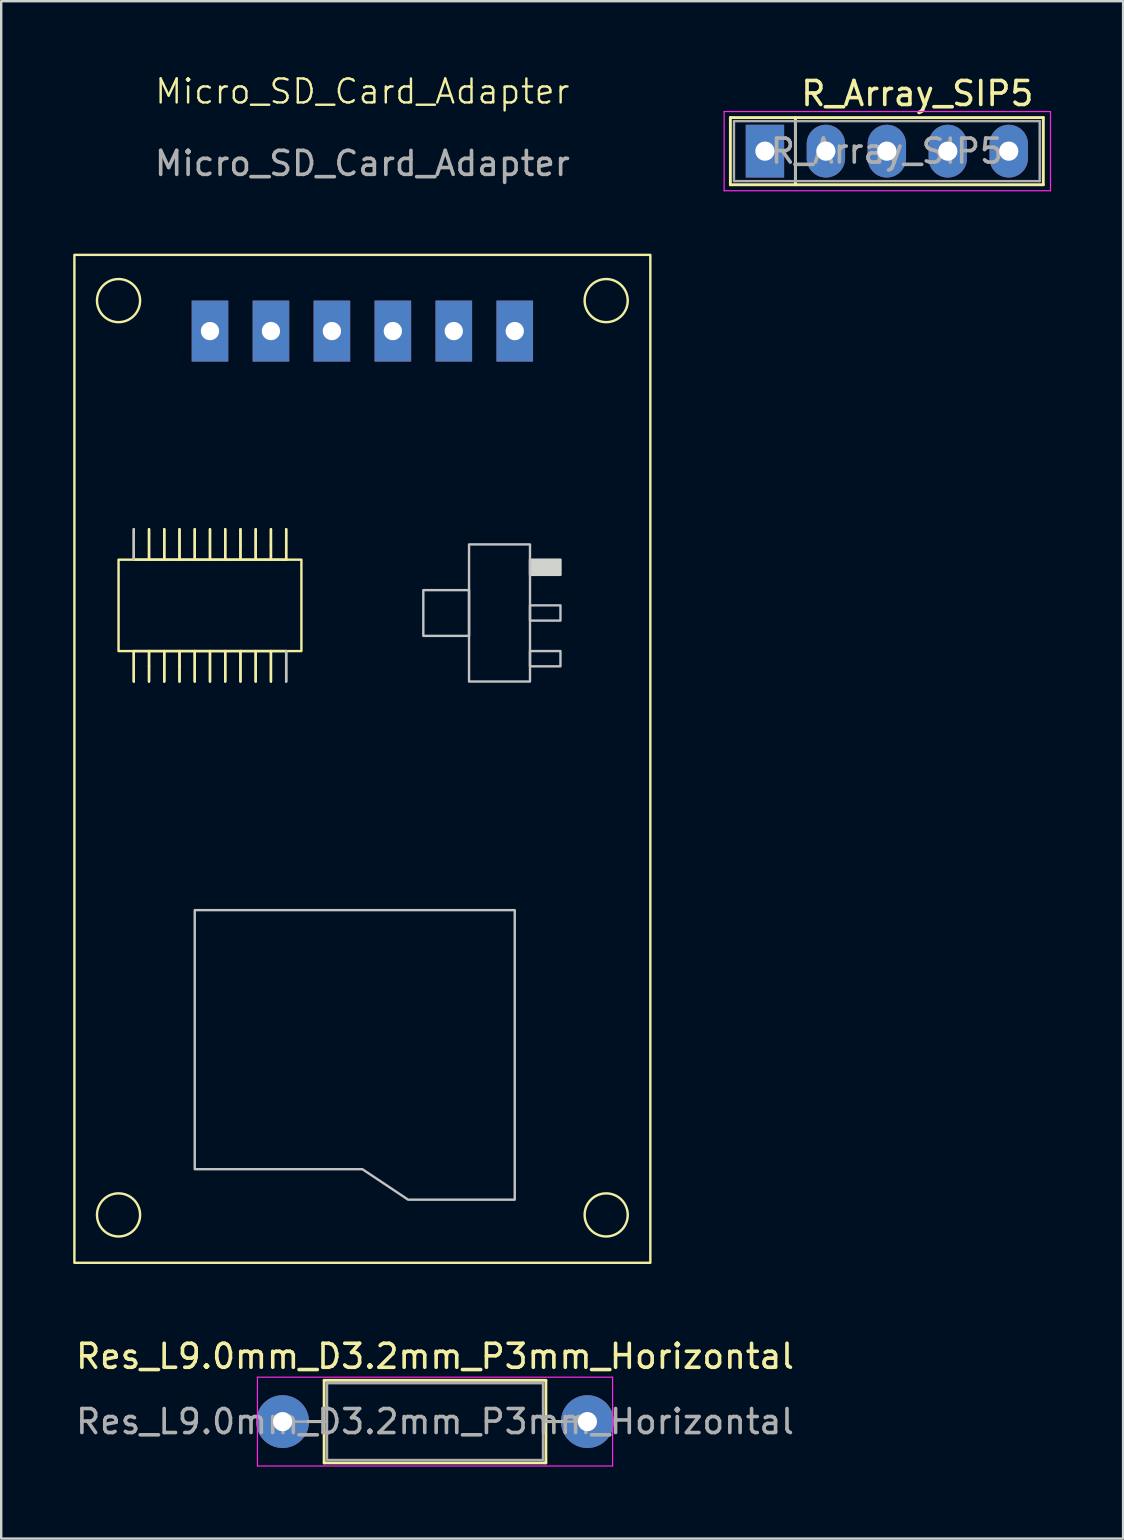
<source format=kicad_pcb>
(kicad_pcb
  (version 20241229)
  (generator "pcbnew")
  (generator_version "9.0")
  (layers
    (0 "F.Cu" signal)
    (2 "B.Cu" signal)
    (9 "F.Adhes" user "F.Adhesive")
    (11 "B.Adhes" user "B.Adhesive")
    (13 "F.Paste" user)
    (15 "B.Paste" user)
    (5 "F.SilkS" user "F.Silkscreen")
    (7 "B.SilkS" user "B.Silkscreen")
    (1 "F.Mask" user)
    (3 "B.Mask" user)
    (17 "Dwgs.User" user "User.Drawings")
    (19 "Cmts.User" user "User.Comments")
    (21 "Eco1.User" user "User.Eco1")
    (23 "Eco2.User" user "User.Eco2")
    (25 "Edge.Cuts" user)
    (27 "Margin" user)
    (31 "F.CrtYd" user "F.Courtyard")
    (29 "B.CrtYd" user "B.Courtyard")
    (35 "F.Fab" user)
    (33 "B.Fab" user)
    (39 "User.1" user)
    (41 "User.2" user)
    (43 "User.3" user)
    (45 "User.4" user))
  (footprint "R_Array_SIP5"
    (layer "F.Cu")
    (at 28.825 3.248)
    (property "Reference" "R_Array_SIP5" (at 6.35 -2.4 0) (layer "F.SilkS") (effects (font (size 1 1) (thickness 0.15))))
    (attr through_hole)
    (fp_line (start -1.44 -1.4) (end -1.44 1.4) (stroke (width 0.12) (type solid)) (layer "F.SilkS"))
    (fp_line (start -1.44 1.4) (end 11.6 1.4) (stroke (width 0.12) (type solid)) (layer "F.SilkS"))
    (fp_line (start 1.27 -1.4) (end 1.27 1.4) (stroke (width 0.12) (type solid)) (layer "F.SilkS"))
    (fp_line (start 11.6 -1.4) (end -1.44 -1.4) (stroke (width 0.12) (type solid)) (layer "F.SilkS"))
    (fp_line (start 11.6 1.4) (end 11.6 -1.4) (stroke (width 0.12) (type solid)) (layer "F.SilkS"))
    (fp_line (start -1.7 -1.65) (end -1.7 1.65) (stroke (width 0.05) (type solid)) (layer "F.CrtYd"))
    (fp_line (start -1.7 1.65) (end 11.9 1.65) (stroke (width 0.05) (type solid)) (layer "F.CrtYd"))
    (fp_line (start 11.9 -1.65) (end -1.7 -1.65) (stroke (width 0.05) (type solid)) (layer "F.CrtYd"))
    (fp_line (start 11.9 1.65) (end 11.9 -1.65) (stroke (width 0.05) (type solid)) (layer "F.CrtYd"))
    (fp_line (start -1.29 -1.25) (end -1.29 1.25) (stroke (width 0.1) (type solid)) (layer "F.Fab"))
    (fp_line (start -1.29 1.25) (end 11.45 1.25) (stroke (width 0.1) (type solid)) (layer "F.Fab"))
    (fp_line (start 1.27 -1.25) (end 1.27 1.25) (stroke (width 0.1) (type solid)) (layer "F.Fab"))
    (fp_line (start 11.45 -1.25) (end -1.29 -1.25) (stroke (width 0.1) (type solid)) (layer "F.Fab"))
    (fp_line (start 11.45 1.25) (end 11.45 -1.25) (stroke (width 0.1) (type solid)) (layer "F.Fab"))
    (fp_text user "${REFERENCE}" (at 5.08 0 0) (layer "F.Fab") (effects (font (size 1 1) (thickness 0.15))))
    (pad "1" thru_hole rect (at 0 0) (size 1.6 2.2) (drill 0.8) (layers "*.Cu" "*.Mask"))
    (pad "2" thru_hole oval (at 2.54 0) (size 1.6 2.2) (drill 0.8) (layers "*.Cu" "*.Mask"))
    (pad "3" thru_hole oval (at 5.08 0) (size 1.6 2.2) (drill 0.8) (layers "*.Cu" "*.Mask"))
    (pad "4" thru_hole oval (at 7.62 0) (size 1.6 2.2) (drill 0.8) (layers "*.Cu" "*.Mask"))
    (pad "5" thru_hole oval (at 10.16 0) (size 1.6 2.2) (drill 0.8) (layers "*.Cu" "*.Mask")))
  (footprint "Res_L9.0mm_D3.2mm_P3mm_Horizontal"
    (layer "F.Cu")
    (at 8.727 56.189)
    (property "Reference" "Res_L9.0mm_D3.2mm_P3mm_Horizontal" (at 6.35 -2.72 0) (layer "F.SilkS") (effects (font (size 1 1) (thickness 0.15))))
    (attr through_hole)
    (fp_line (start 1.04 0) (end 1.73 0) (stroke (width 0.12) (type solid)) (layer "F.SilkS"))
    (fp_line (start 1.73 -1.72) (end 1.73 1.72) (stroke (width 0.12) (type solid)) (layer "F.SilkS"))
    (fp_line (start 1.73 1.72) (end 10.97 1.72) (stroke (width 0.12) (type solid)) (layer "F.SilkS"))
    (fp_line (start 10.97 -1.72) (end 1.73 -1.72) (stroke (width 0.12) (type solid)) (layer "F.SilkS"))
    (fp_line (start 10.97 1.72) (end 10.97 -1.72) (stroke (width 0.12) (type solid)) (layer "F.SilkS"))
    (fp_line (start 11.66 0) (end 10.97 0) (stroke (width 0.12) (type solid)) (layer "F.SilkS"))
    (fp_line (start -1.05 -1.85) (end -1.05 1.85) (stroke (width 0.05) (type solid)) (layer "F.CrtYd"))
    (fp_line (start -1.05 1.85) (end 13.75 1.85) (stroke (width 0.05) (type solid)) (layer "F.CrtYd"))
    (fp_line (start 13.75 -1.85) (end -1.05 -1.85) (stroke (width 0.05) (type solid)) (layer "F.CrtYd"))
    (fp_line (start 13.75 1.85) (end 13.75 -1.85) (stroke (width 0.05) (type solid)) (layer "F.CrtYd"))
    (fp_line (start 0 0) (end 1.85 0) (stroke (width 0.1) (type solid)) (layer "F.Fab"))
    (fp_line (start 1.85 -1.6) (end 1.85 1.6) (stroke (width 0.1) (type solid)) (layer "F.Fab"))
    (fp_line (start 1.85 1.6) (end 10.85 1.6) (stroke (width 0.1) (type solid)) (layer "F.Fab"))
    (fp_line (start 10.85 -1.6) (end 1.85 -1.6) (stroke (width 0.1) (type solid)) (layer "F.Fab"))
    (fp_line (start 10.85 1.6) (end 10.85 -1.6) (stroke (width 0.1) (type solid)) (layer "F.Fab"))
    (fp_line (start 12.7 0) (end 10.85 0) (stroke (width 0.1) (type solid)) (layer "F.Fab"))
    (fp_text user "${REFERENCE}" (at 6.35 0 0) (layer "F.Fab") (effects (font (size 1 1) (thickness 0.15))))
    (pad "1" thru_hole circle (at 0 0) (size 2.2 2.2) (drill 0.8) (layers "*.Cu" "*.Mask"))
    (pad "2" thru_hole circle (at 12.7 0) (size 2.2 2.2) (drill 0.8) (layers "*.Cu" "*.Mask")))
  (footprint "Micro_SD_Card_Adapter"
    (layer "F.Cu")
    (at 12.05 7.571)
    (property "Reference" "Micro_SD_Card_Adapter" (at 0 -6.81 0) (unlocked yes) (layer "F.SilkS") (effects (font (size 1 1) (thickness 0.1))))
    (attr through_hole)
    (fp_line (start -9.525 12.7) (end -9.525 11.43) (stroke (width 0.1) (type default)) (layer "F.SilkS"))
    (fp_line (start -9.525 12.7) (end -8.89 12.7) (stroke (width 0.1) (type default)) (layer "F.SilkS"))
    (fp_line (start -9.525 16.51) (end -9.525 17.78) (stroke (width 0.1) (type default)) (layer "F.SilkS"))
    (fp_line (start -9.525 17.78) (end -9.525 16.51) (stroke (width 0.1) (type default)) (layer "F.SilkS"))
    (fp_line (start -8.89 11.43) (end -8.89 12.7) (stroke (width 0.1) (type default)) (layer "F.SilkS"))
    (fp_line (start -8.89 12.7) (end -8.89 11.43) (stroke (width 0.1) (type default)) (layer "F.SilkS"))
    (fp_line (start -8.89 12.7) (end -8.255 12.7) (stroke (width 0.1) (type default)) (layer "F.SilkS"))
    (fp_line (start -8.89 16.51) (end -9.525 16.51) (stroke (width 0.1) (type default)) (layer "F.SilkS"))
    (fp_line (start -8.89 16.51) (end -8.89 17.145) (stroke (width 0.1) (type default)) (layer "F.SilkS"))
    (fp_line (start -8.89 17.145) (end -8.89 17.78) (stroke (width 0.1) (type default)) (layer "F.SilkS"))
    (fp_line (start -8.89 17.78) (end -8.89 16.51) (stroke (width 0.1) (type default)) (layer "F.SilkS"))
    (fp_line (start -8.255 11.43) (end -8.255 12.7) (stroke (width 0.1) (type default)) (layer "F.SilkS"))
    (fp_line (start -8.255 12.7) (end -8.255 11.43) (stroke (width 0.1) (type default)) (layer "F.SilkS"))
    (fp_line (start -8.255 12.7) (end -7.62 12.7) (stroke (width 0.1) (type default)) (layer "F.SilkS"))
    (fp_line (start -8.255 16.51) (end -8.89 16.51) (stroke (width 0.1) (type default)) (layer "F.SilkS"))
    (fp_line (start -8.255 16.51) (end -8.255 17.78) (stroke (width 0.1) (type default)) (layer "F.SilkS"))
    (fp_line (start -8.255 17.78) (end -8.255 16.51) (stroke (width 0.1) (type default)) (layer "F.SilkS"))
    (fp_line (start -7.62 11.43) (end -7.62 12.7) (stroke (width 0.1) (type default)) (layer "F.SilkS"))
    (fp_line (start -7.62 12.7) (end -7.62 11.43) (stroke (width 0.1) (type default)) (layer "F.SilkS"))
    (fp_line (start -7.62 12.7) (end -6.985 12.7) (stroke (width 0.1) (type default)) (layer "F.SilkS"))
    (fp_line (start -7.62 16.51) (end -8.255 16.51) (stroke (width 0.1) (type default)) (layer "F.SilkS"))
    (fp_line (start -7.62 16.51) (end -7.62 17.145) (stroke (width 0.1) (type default)) (layer "F.SilkS"))
    (fp_line (start -7.62 17.145) (end -7.62 17.78) (stroke (width 0.1) (type default)) (layer "F.SilkS"))
    (fp_line (start -7.62 17.78) (end -7.62 16.51) (stroke (width 0.1) (type default)) (layer "F.SilkS"))
    (fp_line (start -6.985 11.43) (end -6.985 12.7) (stroke (width 0.1) (type default)) (layer "F.SilkS"))
    (fp_line (start -6.985 12.7) (end -6.985 11.43) (stroke (width 0.1) (type default)) (layer "F.SilkS"))
    (fp_line (start -6.985 12.7) (end -6.35 12.7) (stroke (width 0.1) (type default)) (layer "F.SilkS"))
    (fp_line (start -6.985 16.51) (end -7.62 16.51) (stroke (width 0.1) (type default)) (layer "F.SilkS"))
    (fp_line (start -6.985 16.51) (end -6.985 17.78) (stroke (width 0.1) (type default)) (layer "F.SilkS"))
    (fp_line (start -6.985 17.78) (end -6.985 16.51) (stroke (width 0.1) (type default)) (layer "F.SilkS"))
    (fp_line (start -6.35 11.43) (end -6.35 12.7) (stroke (width 0.1) (type default)) (layer "F.SilkS"))
    (fp_line (start -6.35 12.7) (end -6.35 11.43) (stroke (width 0.1) (type default)) (layer "F.SilkS"))
    (fp_line (start -6.35 12.7) (end -5.715 12.7) (stroke (width 0.1) (type default)) (layer "F.SilkS"))
    (fp_line (start -6.35 16.51) (end -6.985 16.51) (stroke (width 0.1) (type default)) (layer "F.SilkS"))
    (fp_line (start -6.35 16.51) (end -6.35 17.78) (stroke (width 0.1) (type default)) (layer "F.SilkS"))
    (fp_line (start -6.35 17.78) (end -6.35 16.51) (stroke (width 0.1) (type default)) (layer "F.SilkS"))
    (fp_line (start -5.715 11.43) (end -5.715 12.7) (stroke (width 0.1) (type default)) (layer "F.SilkS"))
    (fp_line (start -5.715 12.7) (end -5.715 11.43) (stroke (width 0.1) (type default)) (layer "F.SilkS"))
    (fp_line (start -5.715 12.7) (end -5.08 12.7) (stroke (width 0.1) (type default)) (layer "F.SilkS"))
    (fp_line (start -5.715 16.51) (end -6.35 16.51) (stroke (width 0.1) (type default)) (layer "F.SilkS"))
    (fp_line (start -5.715 16.51) (end -5.715 17.78) (stroke (width 0.1) (type default)) (layer "F.SilkS"))
    (fp_line (start -5.715 17.78) (end -5.715 16.51) (stroke (width 0.1) (type default)) (layer "F.SilkS"))
    (fp_line (start -5.08 11.43) (end -5.08 12.7) (stroke (width 0.1) (type default)) (layer "F.SilkS"))
    (fp_line (start -5.08 12.065) (end -5.08 11.43) (stroke (width 0.1) (type default)) (layer "F.SilkS"))
    (fp_line (start -5.08 12.7) (end -5.08 12.065) (stroke (width 0.1) (type default)) (layer "F.SilkS"))
    (fp_line (start -5.08 12.7) (end -4.445 12.7) (stroke (width 0.1) (type default)) (layer "F.SilkS"))
    (fp_line (start -5.08 16.51) (end -5.715 16.51) (stroke (width 0.1) (type default)) (layer "F.SilkS"))
    (fp_line (start -5.08 16.51) (end -5.08 17.78) (stroke (width 0.1) (type default)) (layer "F.SilkS"))
    (fp_line (start -5.08 17.78) (end -5.08 16.51) (stroke (width 0.1) (type default)) (layer "F.SilkS"))
    (fp_line (start -4.445 11.43) (end -4.445 12.7) (stroke (width 0.1) (type default)) (layer "F.SilkS"))
    (fp_line (start -4.445 12.7) (end -4.445 11.43) (stroke (width 0.1) (type default)) (layer "F.SilkS"))
    (fp_line (start -4.445 12.7) (end -3.81 12.7) (stroke (width 0.1) (type default)) (layer "F.SilkS"))
    (fp_line (start -4.445 16.51) (end -5.08 16.51) (stroke (width 0.1) (type default)) (layer "F.SilkS"))
    (fp_line (start -4.445 16.51) (end -4.445 17.78) (stroke (width 0.1) (type default)) (layer "F.SilkS"))
    (fp_line (start -4.445 17.78) (end -4.445 16.51) (stroke (width 0.1) (type default)) (layer "F.SilkS"))
    (fp_line (start -3.81 11.43) (end -3.81 12.7) (stroke (width 0.1) (type default)) (layer "F.SilkS"))
    (fp_line (start -3.81 12.065) (end -3.81 11.43) (stroke (width 0.1) (type default)) (layer "F.SilkS"))
    (fp_line (start -3.81 12.7) (end -3.81 12.065) (stroke (width 0.1) (type default)) (layer "F.SilkS"))
    (fp_line (start -3.81 12.7) (end -3.175 12.7) (stroke (width 0.1) (type default)) (layer "F.SilkS"))
    (fp_line (start -3.81 16.51) (end -4.445 16.51) (stroke (width 0.1) (type default)) (layer "F.SilkS"))
    (fp_line (start -3.81 16.51) (end -3.81 17.78) (stroke (width 0.1) (type default)) (layer "F.SilkS"))
    (fp_line (start -3.81 17.78) (end -3.81 16.51) (stroke (width 0.1) (type default)) (layer "F.SilkS"))
    (fp_line (start -3.175 11.43) (end -3.175 12.7) (stroke (width 0.1) (type default)) (layer "F.SilkS"))
    (fp_line (start -3.175 12.7) (end -3.175 11.43) (stroke (width 0.1) (type default)) (layer "F.SilkS"))
    (fp_line (start -3.175 16.51) (end -3.81 16.51) (stroke (width 0.1) (type default)) (layer "F.SilkS"))
    (fp_line (start -3.175 16.51) (end -3.175 17.78) (stroke (width 0.1) (type default)) (layer "F.SilkS"))
    (fp_rect (start -12 0) (end 12 42) (stroke (width 0.1) (type default)) (fill no) (layer "F.SilkS"))
    (fp_rect (start -10.16 12.7) (end -2.54 16.51) (stroke (width 0.1) (type default)) (fill no) (layer "F.SilkS"))
    (fp_circle (center -10.16 1.905) (end -9.525 2.54) (stroke (width 0.1) (type default)) (fill no) (layer "F.SilkS"))
    (fp_circle (center -10.16 40.005) (end -9.525 40.64) (stroke (width 0.1) (type default)) (fill no) (layer "F.SilkS"))
    (fp_circle (center 10.16 1.905) (end 10.795 2.54) (stroke (width 0.1) (type default)) (fill no) (layer "F.SilkS"))
    (fp_circle (center 10.16 40.005) (end 10.795 40.64) (stroke (width 0.1) (type default)) (fill no) (layer "F.SilkS"))
    (fp_line (start -9.525 11.43) (end -9.525 12.7) (stroke (width 0.1) (type default)) (layer "Dwgs.User"))
    (fp_line (start -3.175 17.78) (end -3.175 16.51) (stroke (width 0.1) (type default)) (layer "Dwgs.User"))
    (fp_rect (start 4.445 12.065) (end 6.985 17.78) (stroke (width 0.1) (type default)) (fill no) (layer "Dwgs.User"))
    (fp_poly (pts (xy 4.445 13.97) (xy 2.54 13.97) (xy 2.54 15.875) (xy 4.445 15.875)) (stroke (width 0.1) (type solid)) (fill no) (layer "Dwgs.User"))
    (fp_poly (pts (xy 6.985 17.145) (xy 8.255 17.145) (xy 8.255 16.51) (xy 6.985 16.51)) (stroke (width 0.1) (type solid)) (fill no) (layer "Dwgs.User"))
    (fp_poly (pts (xy 6.985 15.24) (xy 8.255 15.24) (xy 8.255 14.605) (xy 6.985 14.605) (xy 6.985 14.922)) (stroke (width 0.1) (type solid)) (fill no) (layer "Dwgs.User"))
    (fp_poly (pts (xy -6.985 38.1) (xy -6.985 27.305) (xy 6.35 27.305) (xy 6.35 39.37) (xy 1.905 39.37) (xy 0 38.1)) (stroke (width 0.1) (type solid)) (fill no) (layer "Dwgs.User"))
    (fp_poly (pts (xy 6.985 12.7) (xy 8.255 12.7) (xy 8.255 13.335) (xy 6.985 13.335)) (stroke (width 0.1) (type solid)) (fill yes) (layer "Edge.Cuts"))
    (fp_text user "${REFERENCE}" (at 0 -3.81 0) (unlocked yes) (layer "F.Fab") (effects (font (size 1 1) (thickness 0.15))))
    (pad "1" thru_hole rect (at -6.35 3.175) (size 1.524 2.54) (drill 0.762) (layers "*.Cu" "*.Mask"))
    (pad "2" thru_hole rect (at -3.81 3.175) (size 1.524 2.54) (drill 0.762) (layers "*.Cu" "*.Mask"))
    (pad "3" thru_hole rect (at -1.27 3.175) (size 1.524 2.54) (drill 0.762) (layers "*.Cu" "*.Mask"))
    (pad "4" thru_hole rect (at 1.27 3.175) (size 1.524 2.54) (drill 0.762) (layers "*.Cu" "*.Mask"))
    (pad "5" thru_hole rect (at 3.81 3.175) (size 1.524 2.54) (drill 0.762) (layers "*.Cu" "*.Mask"))
    (pad "6" thru_hole rect (at 6.35 3.175) (size 1.524 2.54) (drill 0.762) (layers "*.Cu" "*.Mask")))
  (gr_rect
    (start -3 -3)
    (end 43.75 61.064)
    (stroke (width 0.1) (type default))
    (fill no)
    (layer "Edge.Cuts")))
</source>
